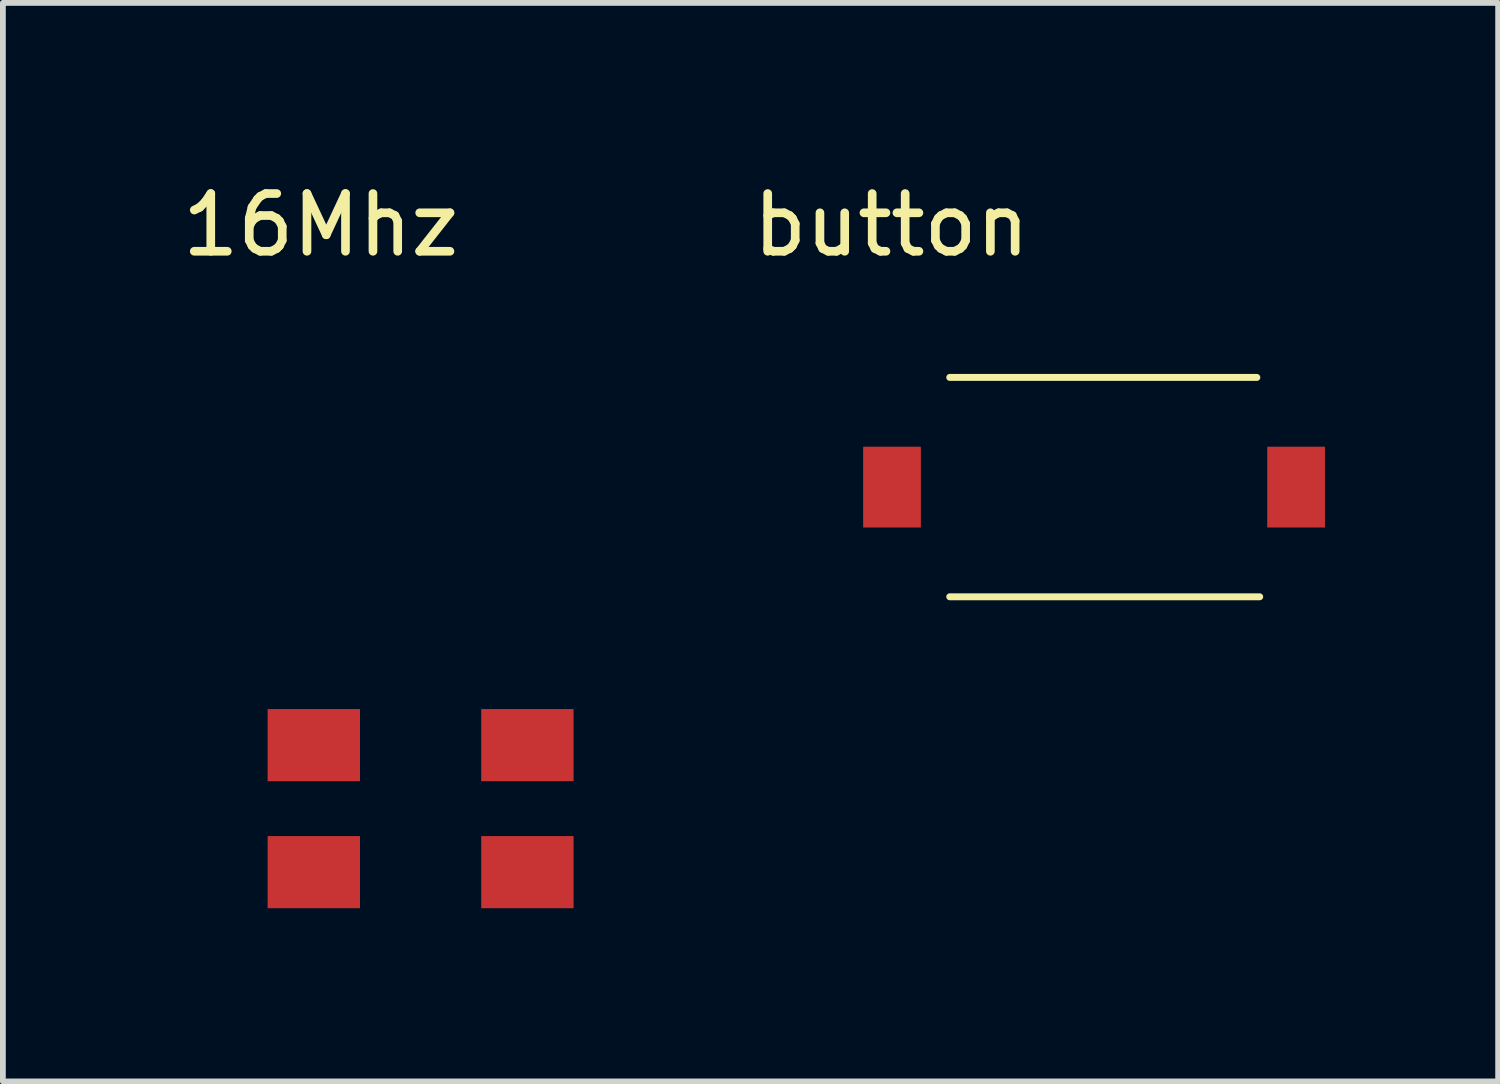
<source format=kicad_pcb>
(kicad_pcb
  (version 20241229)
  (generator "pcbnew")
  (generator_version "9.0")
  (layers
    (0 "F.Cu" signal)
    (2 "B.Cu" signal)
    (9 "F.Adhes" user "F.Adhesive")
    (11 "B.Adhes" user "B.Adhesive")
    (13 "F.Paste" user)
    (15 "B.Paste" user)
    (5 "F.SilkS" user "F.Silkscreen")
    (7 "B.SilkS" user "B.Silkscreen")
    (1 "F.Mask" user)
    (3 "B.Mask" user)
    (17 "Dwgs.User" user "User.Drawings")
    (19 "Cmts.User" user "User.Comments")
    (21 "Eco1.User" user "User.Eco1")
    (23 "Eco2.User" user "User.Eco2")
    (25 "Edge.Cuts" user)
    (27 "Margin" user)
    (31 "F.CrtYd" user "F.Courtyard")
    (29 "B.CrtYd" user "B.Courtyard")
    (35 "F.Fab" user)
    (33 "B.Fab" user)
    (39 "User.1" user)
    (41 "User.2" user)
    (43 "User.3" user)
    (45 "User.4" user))
  (footprint "button"
    (layer "F.Cu")
    (at 12.402 5.388)
    (property "Reference" "button" (at -0.01 -4.54 0) (layer "F.SilkS") (effects (font (size 1 1) (thickness 0.15))))
    (attr through_hole)
    (fp_line (start 1 -1.9) (end 6.32 -1.9) (stroke (width 0.12) (type solid)) (layer "F.SilkS"))
    (fp_line (start 1 1.9) (end 6.37 1.9) (stroke (width 0.12) (type solid)) (layer "F.SilkS"))
    (pad "1" smd rect (at 0 0) (size 1 1.4) (layers "F.Cu" "F.Mask" "F.Paste"))
    (pad "2" smd rect (at 7 0) (size 1 1.4) (layers "F.Cu" "F.Mask" "F.Paste")))
  (footprint "16Mhz"
    (layer "F.Cu")
    (at 2.386 9.858)
    (property "Reference" "16Mhz" (at 0.12 -9.01 0) (layer "F.SilkS") (effects (font (size 1 1) (thickness 0.15))))
    (attr through_hole)
    (pad "1" smd rect (at 0 2.2) (size 1.6 1.25) (layers "F.Cu" "F.Mask" "F.Paste"))
    (pad "2" smd rect (at 3.7 2.2) (size 1.6 1.25) (layers "F.Cu" "F.Mask" "F.Paste"))
    (pad "3" smd rect (at 3.7 0) (size 1.6 1.25) (layers "F.Cu" "F.Mask" "F.Paste"))
    (pad "4" smd rect (at 0 0) (size 1.6 1.25) (layers "F.Cu" "F.Mask" "F.Paste")))
  (gr_rect
    (start -3 -3)
    (end 22.902 15.683)
    (stroke (width 0.1) (type default))
    (fill no)
    (layer "Edge.Cuts")))
</source>
